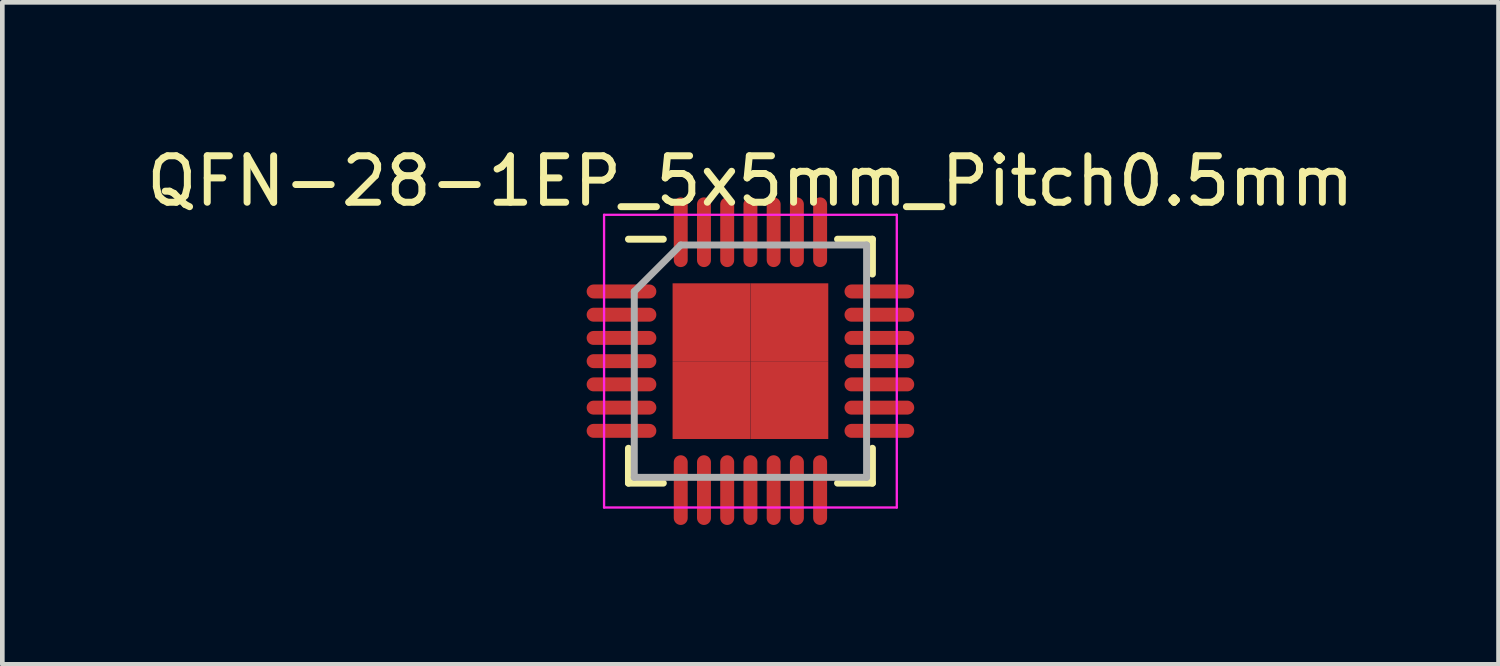
<source format=kicad_pcb>
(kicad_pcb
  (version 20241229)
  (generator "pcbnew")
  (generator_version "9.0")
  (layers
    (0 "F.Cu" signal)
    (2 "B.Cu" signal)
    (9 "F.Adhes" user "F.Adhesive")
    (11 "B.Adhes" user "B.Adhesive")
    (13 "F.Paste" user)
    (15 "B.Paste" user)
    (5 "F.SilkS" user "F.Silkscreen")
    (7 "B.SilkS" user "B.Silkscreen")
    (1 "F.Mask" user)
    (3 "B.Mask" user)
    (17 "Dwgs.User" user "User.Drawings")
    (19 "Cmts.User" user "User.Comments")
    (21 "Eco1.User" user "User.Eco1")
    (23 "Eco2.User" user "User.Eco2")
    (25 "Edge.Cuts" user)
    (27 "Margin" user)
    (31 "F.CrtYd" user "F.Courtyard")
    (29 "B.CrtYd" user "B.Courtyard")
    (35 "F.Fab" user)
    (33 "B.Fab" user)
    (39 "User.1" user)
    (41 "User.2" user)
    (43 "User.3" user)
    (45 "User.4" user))
  (footprint "QFN-28-1EP_5x5mm_Pitch0.5mm"
    (layer "F.Cu")
    (at 13.101 4.723)
    (property "Reference" "QFN-28-1EP_5x5mm_Pitch0.5mm" (at 0 -3.875 0) (layer "F.SilkS") (effects (font (size 1 1) (thickness 0.15))))
    (attr smd)
    (fp_line (start -2.625 -2.625) (end -1.875 -2.625) (stroke (width 0.15) (type solid)) (layer "F.SilkS"))
    (fp_line (start -2.625 2.625) (end -2.625 1.875) (stroke (width 0.15) (type solid)) (layer "F.SilkS"))
    (fp_line (start -2.625 2.625) (end -1.875 2.625) (stroke (width 0.15) (type solid)) (layer "F.SilkS"))
    (fp_line (start 2.625 -2.625) (end 1.875 -2.625) (stroke (width 0.15) (type solid)) (layer "F.SilkS"))
    (fp_line (start 2.625 -2.625) (end 2.625 -1.875) (stroke (width 0.15) (type solid)) (layer "F.SilkS"))
    (fp_line (start 2.625 2.625) (end 1.875 2.625) (stroke (width 0.15) (type solid)) (layer "F.SilkS"))
    (fp_line (start 2.625 2.625) (end 2.625 1.875) (stroke (width 0.15) (type solid)) (layer "F.SilkS"))
    (fp_line (start -3.15 -3.15) (end -3.15 3.15) (stroke (width 0.05) (type solid)) (layer "F.CrtYd"))
    (fp_line (start -3.15 -3.15) (end 3.15 -3.15) (stroke (width 0.05) (type solid)) (layer "F.CrtYd"))
    (fp_line (start -3.15 3.15) (end 3.15 3.15) (stroke (width 0.05) (type solid)) (layer "F.CrtYd"))
    (fp_line (start 3.15 -3.15) (end 3.15 3.15) (stroke (width 0.05) (type solid)) (layer "F.CrtYd"))
    (fp_line (start -2.5 -1.5) (end -1.5 -2.5) (stroke (width 0.15) (type solid)) (layer "F.Fab"))
    (fp_line (start -2.5 2.5) (end -2.5 -1.5) (stroke (width 0.15) (type solid)) (layer "F.Fab"))
    (fp_line (start -1.5 -2.5) (end 2.5 -2.5) (stroke (width 0.15) (type solid)) (layer "F.Fab"))
    (fp_line (start 2.5 -2.5) (end 2.5 2.5) (stroke (width 0.15) (type solid)) (layer "F.Fab"))
    (fp_line (start 2.5 2.5) (end -2.5 2.5) (stroke (width 0.15) (type solid)) (layer "F.Fab"))
    (pad "1" smd oval (at -2.775 -1.5) (size 1.5 0.3) (layers "F.Cu" "F.Mask" "F.Paste"))
    (pad "2" smd oval (at -2.775 -1) (size 1.5 0.3) (layers "F.Cu" "F.Mask" "F.Paste"))
    (pad "3" smd oval (at -2.775 -0.5) (size 1.5 0.3) (layers "F.Cu" "F.Mask" "F.Paste"))
    (pad "4" smd oval (at -2.775 0) (size 1.5 0.3) (layers "F.Cu" "F.Mask" "F.Paste"))
    (pad "5" smd oval (at -2.775 0.5) (size 1.5 0.3) (layers "F.Cu" "F.Mask" "F.Paste"))
    (pad "6" smd oval (at -2.775 1) (size 1.5 0.3) (layers "F.Cu" "F.Mask" "F.Paste"))
    (pad "7" smd oval (at -2.775 1.5) (size 1.5 0.3) (layers "F.Cu" "F.Mask" "F.Paste"))
    (pad "8" smd oval (at -1.5 2.775 90) (size 1.5 0.3) (layers "F.Cu" "F.Mask" "F.Paste"))
    (pad "9" smd oval (at -1 2.775 90) (size 1.5 0.3) (layers "F.Cu" "F.Mask" "F.Paste"))
    (pad "10" smd oval (at -0.5 2.775 90) (size 1.5 0.3) (layers "F.Cu" "F.Mask" "F.Paste"))
    (pad "11" smd oval (at 0 2.775 90) (size 1.5 0.3) (layers "F.Cu" "F.Mask" "F.Paste"))
    (pad "12" smd oval (at 0.5 2.775 90) (size 1.5 0.3) (layers "F.Cu" "F.Mask" "F.Paste"))
    (pad "13" smd oval (at 1 2.775 90) (size 1.5 0.3) (layers "F.Cu" "F.Mask" "F.Paste"))
    (pad "14" smd oval (at 1.5 2.775 90) (size 1.5 0.3) (layers "F.Cu" "F.Mask" "F.Paste"))
    (pad "15" smd oval (at 2.775 1.5) (size 1.5 0.3) (layers "F.Cu" "F.Mask" "F.Paste"))
    (pad "16" smd oval (at 2.775 1) (size 1.5 0.3) (layers "F.Cu" "F.Mask" "F.Paste"))
    (pad "17" smd oval (at 2.775 0.5) (size 1.5 0.3) (layers "F.Cu" "F.Mask" "F.Paste"))
    (pad "18" smd oval (at 2.775 0) (size 1.5 0.3) (layers "F.Cu" "F.Mask" "F.Paste"))
    (pad "19" smd oval (at 2.775 -0.5) (size 1.5 0.3) (layers "F.Cu" "F.Mask" "F.Paste"))
    (pad "20" smd oval (at 2.775 -1) (size 1.5 0.3) (layers "F.Cu" "F.Mask" "F.Paste"))
    (pad "21" smd oval (at 2.775 -1.5) (size 1.5 0.3) (layers "F.Cu" "F.Mask" "F.Paste"))
    (pad "22" smd oval (at 1.5 -2.775 90) (size 1.5 0.3) (layers "F.Cu" "F.Mask" "F.Paste"))
    (pad "23" smd oval (at 1 -2.775 90) (size 1.5 0.3) (layers "F.Cu" "F.Mask" "F.Paste"))
    (pad "24" smd oval (at 0.5 -2.775 90) (size 1.5 0.3) (layers "F.Cu" "F.Mask" "F.Paste"))
    (pad "25" smd oval (at 0 -2.775 90) (size 1.5 0.3) (layers "F.Cu" "F.Mask" "F.Paste"))
    (pad "26" smd oval (at -0.5 -2.775 90) (size 1.5 0.3) (layers "F.Cu" "F.Mask" "F.Paste"))
    (pad "27" smd oval (at -1 -2.775 90) (size 1.5 0.3) (layers "F.Cu" "F.Mask" "F.Paste"))
    (pad "28" smd oval (at -1.5 -2.775 90) (size 1.5 0.3) (layers "F.Cu" "F.Mask" "F.Paste"))
    (pad "29" smd rect (at -0.838 -0.838) (size 1.675 1.675) (layers "F.Cu" "F.Mask" "F.Paste"))
    (pad "29" smd rect (at -0.838 0.838) (size 1.675 1.675) (layers "F.Cu" "F.Mask" "F.Paste"))
    (pad "29" smd rect (at 0.838 -0.838) (size 1.675 1.675) (layers "F.Cu" "F.Mask" "F.Paste"))
    (pad "29" smd rect (at 0.838 0.838) (size 1.675 1.675) (layers "F.Cu" "F.Mask" "F.Paste")))
  (gr_rect
    (start -3 -3)
    (end 29.202 11.248)
    (stroke (width 0.1) (type default))
    (fill no)
    (layer "Edge.Cuts")))
</source>
